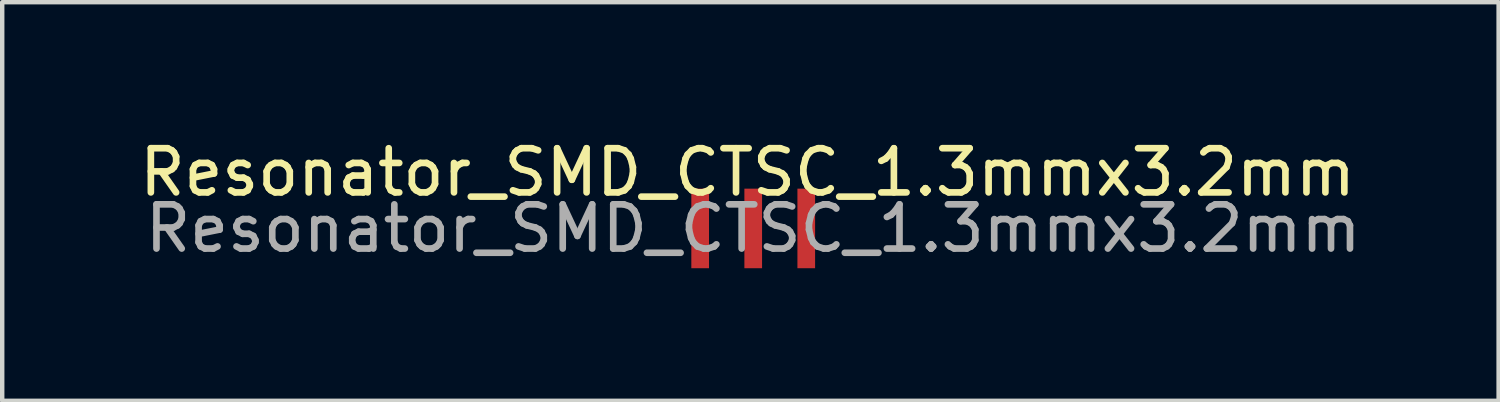
<source format=kicad_pcb>
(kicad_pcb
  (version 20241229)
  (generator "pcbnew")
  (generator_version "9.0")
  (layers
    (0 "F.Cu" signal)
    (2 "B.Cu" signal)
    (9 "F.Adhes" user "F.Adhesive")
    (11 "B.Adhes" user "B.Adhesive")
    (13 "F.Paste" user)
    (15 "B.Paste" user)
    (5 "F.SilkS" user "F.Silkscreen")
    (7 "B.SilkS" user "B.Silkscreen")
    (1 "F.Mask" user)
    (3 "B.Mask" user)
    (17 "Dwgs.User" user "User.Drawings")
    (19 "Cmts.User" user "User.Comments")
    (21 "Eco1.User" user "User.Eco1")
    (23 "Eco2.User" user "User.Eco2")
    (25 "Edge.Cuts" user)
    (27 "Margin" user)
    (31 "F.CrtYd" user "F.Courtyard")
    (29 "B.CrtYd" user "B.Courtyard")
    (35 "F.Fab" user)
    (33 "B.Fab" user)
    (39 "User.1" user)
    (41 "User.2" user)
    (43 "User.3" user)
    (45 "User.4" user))
  (footprint "Resonator_SMD_CTSC_1.3mmx3.2mm"
    (layer "F.Cu")
    (at 13.99 2.118)
    (property "Reference" "Resonator_SMD_CTSC_1.3mmx3.2mm" (at -0.127 -1.27 0) (layer "F.SilkS") (effects (font (size 1 1) (thickness 0.15))))
    (attr smd)
    (fp_text user "${REFERENCE}" (at 0 0 0) (layer "F.Fab") (effects (font (size 1 1) (thickness 0.15))))
    (pad "1" smd rect (at -1.2 0) (size 0.4 1.8) (layers "F.Cu" "F.Mask" "F.Paste"))
    (pad "2" smd rect (at 0 0) (size 0.4 1.8) (layers "F.Cu" "F.Mask" "F.Paste"))
    (pad "3" smd rect (at 1.2 0) (size 0.4 1.8) (layers "F.Cu" "F.Mask" "F.Paste")))
  (gr_rect
    (start -3 -3)
    (end 30.853 6.018)
    (stroke (width 0.1) (type default))
    (fill no)
    (layer "Edge.Cuts")))
</source>
